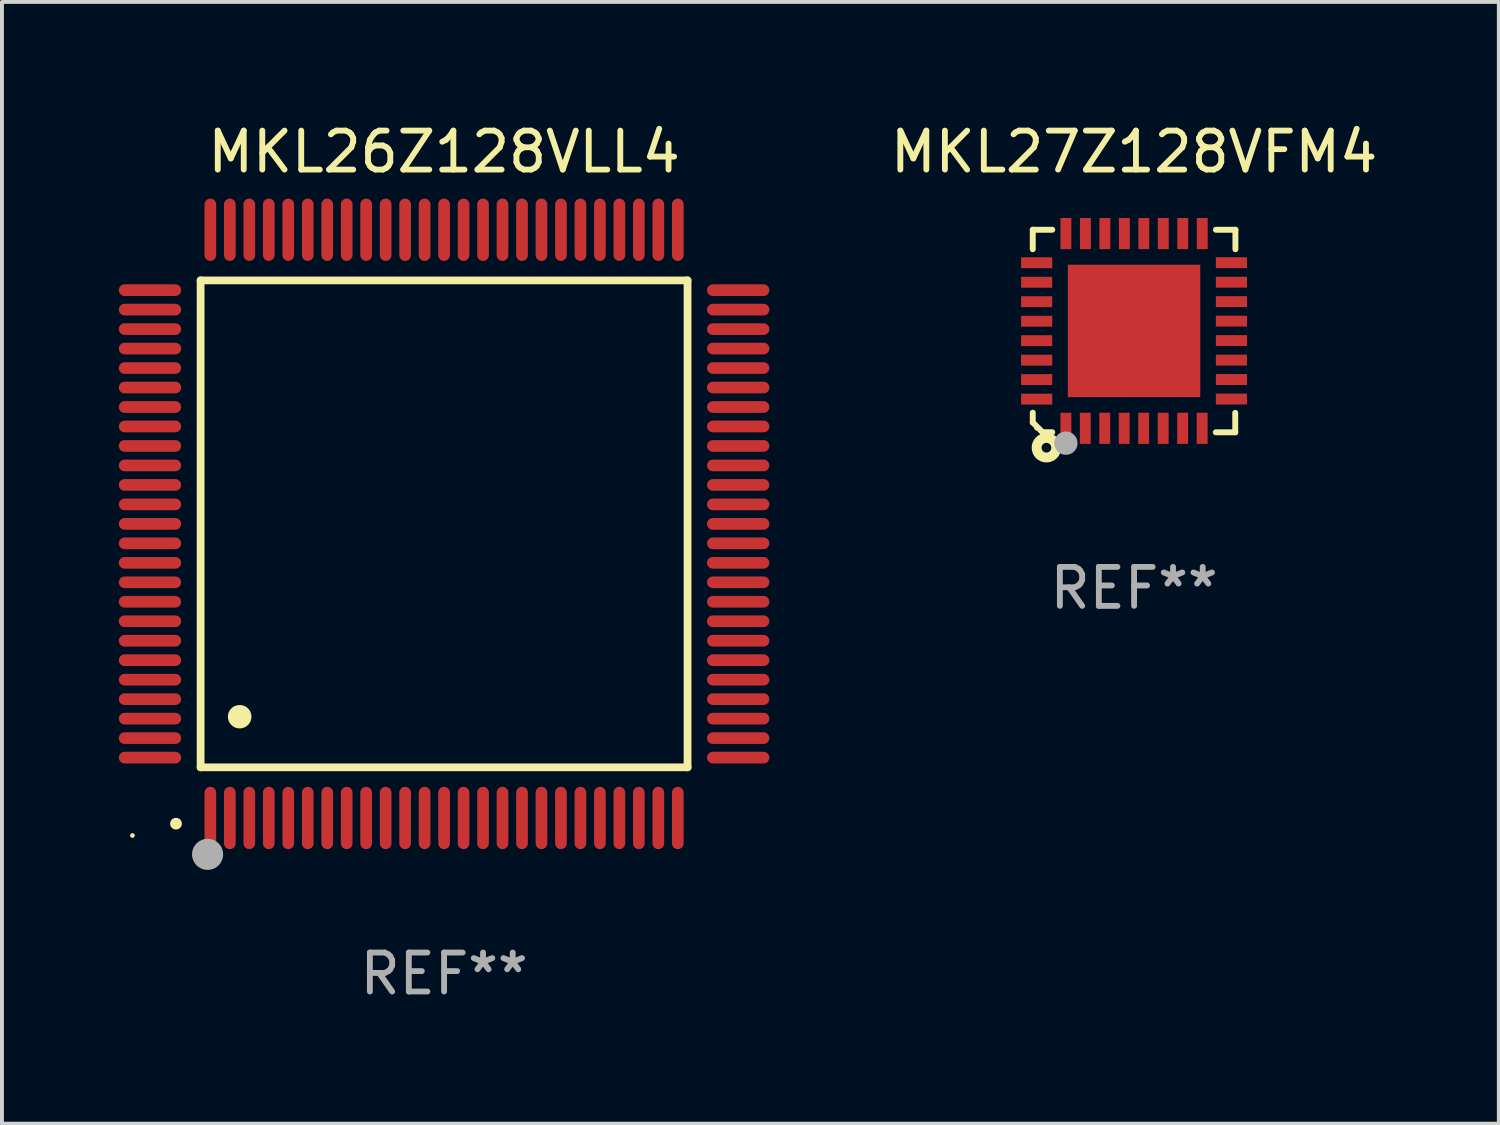
<source format=kicad_pcb>
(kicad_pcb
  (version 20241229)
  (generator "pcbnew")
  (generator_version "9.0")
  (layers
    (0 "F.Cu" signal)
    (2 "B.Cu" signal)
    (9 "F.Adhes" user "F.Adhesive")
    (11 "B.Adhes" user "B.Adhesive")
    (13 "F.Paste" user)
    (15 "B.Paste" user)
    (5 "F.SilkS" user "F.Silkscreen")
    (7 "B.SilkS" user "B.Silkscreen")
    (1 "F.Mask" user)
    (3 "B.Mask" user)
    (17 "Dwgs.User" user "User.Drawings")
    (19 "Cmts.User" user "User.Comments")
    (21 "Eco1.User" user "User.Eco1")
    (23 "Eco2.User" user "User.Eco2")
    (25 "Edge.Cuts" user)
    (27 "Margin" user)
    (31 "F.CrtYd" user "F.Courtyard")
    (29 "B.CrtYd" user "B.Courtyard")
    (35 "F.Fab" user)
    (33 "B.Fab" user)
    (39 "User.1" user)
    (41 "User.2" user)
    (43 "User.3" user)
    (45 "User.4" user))
  (footprint "MKL27Z128VFM4"
    (layer "F.Cu")
    (at 26.063 5.448)
    (property "Reference" "MKL27Z128VFM4" (at 0 -4.6 0) (layer "F.SilkS") (effects (font (size 1 1) (thickness 0.15))))
    (attr through_hole)
    (fp_line (start -2.601 2.097) (end -2.601 2.347) (stroke (width 0.152) (type solid)) (layer "F.SilkS"))
    (fp_line (start -2.601 2.347) (end -2.351 2.597) (stroke (width 0.152) (type solid)) (layer "F.SilkS"))
    (fp_line (start -2.601 -2.6) (end -2.601 -2.1) (stroke (width 0.152) (type solid)) (layer "F.SilkS"))
    (fp_line (start -2.601 -2.6) (end -2.101 -2.6) (stroke (width 0.152) (type solid)) (layer "F.SilkS"))
    (fp_line (start -2.351 2.597) (end -2.101 2.597) (stroke (width 0.152) (type solid)) (layer "F.SilkS"))
    (fp_line (start 2.597 2.6) (end 2.097 2.6) (stroke (width 0.152) (type solid)) (layer "F.SilkS"))
    (fp_line (start 2.597 2.6) (end 2.597 2.1) (stroke (width 0.152) (type solid)) (layer "F.SilkS"))
    (fp_line (start 2.601 -2.6) (end 2.101 -2.6) (stroke (width 0.152) (type solid)) (layer "F.SilkS"))
    (fp_line (start 2.601 -2.6) (end 2.601 -2.1) (stroke (width 0.152) (type solid)) (layer "F.SilkS"))
    (fp_circle (center -2.501 2.497) (end -2.471 2.497) (stroke (width 0.06) (type solid)) (fill no) (layer "F.SilkS"))
    (fp_circle (center -2.25 2.995) (end -2.125 2.995) (stroke (width 0.254) (type solid)) (fill no) (layer "F.SilkS"))
    (fp_circle (center -1.751 2.878) (end -1.601 2.878) (stroke (width 0.3) (type solid)) (fill no) (layer "F.Fab"))
    (fp_text user "REF**" (at 0 6.6 0) (layer "F.Fab") (effects (font (size 1 1) (thickness 0.15))))
    (pad "1" smd rect (at -1.751 2.497) (size 0.28 0.8) (layers "F.Cu" "F.Mask" "F.Paste"))
    (pad "2" smd rect (at -1.253 2.497) (size 0.28 0.8) (layers "F.Cu" "F.Mask" "F.Paste"))
    (pad "3" smd rect (at -0.753 2.497) (size 0.28 0.8) (layers "F.Cu" "F.Mask" "F.Paste"))
    (pad "4" smd rect (at -0.253 2.497) (size 0.28 0.8) (layers "F.Cu" "F.Mask" "F.Paste"))
    (pad "5" smd rect (at 0.247 2.497) (size 0.28 0.8) (layers "F.Cu" "F.Mask" "F.Paste"))
    (pad "6" smd rect (at 0.747 2.497) (size 0.28 0.8) (layers "F.Cu" "F.Mask" "F.Paste"))
    (pad "7" smd rect (at 1.247 2.497) (size 0.28 0.8) (layers "F.Cu" "F.Mask" "F.Paste"))
    (pad "8" smd rect (at 1.747 2.497) (size 0.28 0.8) (layers "F.Cu" "F.Mask" "F.Paste"))
    (pad "9" smd rect (at 2.499 1.746) (size 0.8 0.28) (layers "F.Cu" "F.Mask" "F.Paste"))
    (pad "10" smd rect (at 2.499 1.245) (size 0.8 0.28) (layers "F.Cu" "F.Mask" "F.Paste"))
    (pad "11" smd rect (at 2.499 0.746) (size 0.8 0.28) (layers "F.Cu" "F.Mask" "F.Paste"))
    (pad "12" smd rect (at 2.499 0.245) (size 0.8 0.28) (layers "F.Cu" "F.Mask" "F.Paste"))
    (pad "13" smd rect (at 2.499 -0.254) (size 0.8 0.28) (layers "F.Cu" "F.Mask" "F.Paste"))
    (pad "14" smd rect (at 2.499 -0.755) (size 0.8 0.28) (layers "F.Cu" "F.Mask" "F.Paste"))
    (pad "15" smd rect (at 2.499 -1.254) (size 0.8 0.28) (layers "F.Cu" "F.Mask" "F.Paste"))
    (pad "16" smd rect (at 2.499 -1.755) (size 0.8 0.28) (layers "F.Cu" "F.Mask" "F.Paste"))
    (pad "17" smd rect (at 1.75 -2.502) (size 0.28 0.8) (layers "F.Cu" "F.Mask" "F.Paste"))
    (pad "18" smd rect (at 1.25 -2.502) (size 0.28 0.8) (layers "F.Cu" "F.Mask" "F.Paste"))
    (pad "19" smd rect (at 0.75 -2.502) (size 0.28 0.8) (layers "F.Cu" "F.Mask" "F.Paste"))
    (pad "20" smd rect (at 0.25 -2.502) (size 0.28 0.8) (layers "F.Cu" "F.Mask" "F.Paste"))
    (pad "21" smd rect (at -0.25 -2.502) (size 0.28 0.8) (layers "F.Cu" "F.Mask" "F.Paste"))
    (pad "22" smd rect (at -0.75 -2.502) (size 0.28 0.8) (layers "F.Cu" "F.Mask" "F.Paste"))
    (pad "23" smd rect (at -1.25 -2.502) (size 0.28 0.8) (layers "F.Cu" "F.Mask" "F.Paste"))
    (pad "24" smd rect (at -1.75 -2.502) (size 0.28 0.8) (layers "F.Cu" "F.Mask" "F.Paste"))
    (pad "25" smd rect (at -2.501 -1.753) (size 0.8 0.28) (layers "F.Cu" "F.Mask" "F.Paste"))
    (pad "26" smd rect (at -2.501 -1.252) (size 0.8 0.28) (layers "F.Cu" "F.Mask" "F.Paste"))
    (pad "27" smd rect (at -2.501 -0.753) (size 0.8 0.28) (layers "F.Cu" "F.Mask" "F.Paste"))
    (pad "28" smd rect (at -2.501 -0.252) (size 0.8 0.28) (layers "F.Cu" "F.Mask" "F.Paste"))
    (pad "29" smd rect (at -2.501 0.247) (size 0.8 0.28) (layers "F.Cu" "F.Mask" "F.Paste"))
    (pad "30" smd rect (at -2.501 0.748) (size 0.8 0.28) (layers "F.Cu" "F.Mask" "F.Paste"))
    (pad "31" smd rect (at -2.501 1.247) (size 0.8 0.28) (layers "F.Cu" "F.Mask" "F.Paste"))
    (pad "32" smd rect (at -2.501 1.748) (size 0.8 0.28) (layers "F.Cu" "F.Mask" "F.Paste"))
    (pad "33" smd rect (at -0.001 -0.003 180) (size 3.4 3.4) (layers "F.Cu" "F.Mask" "F.Paste")))
  (footprint "MKL26Z128VLL4"
    (layer "F.Cu")
    (at 8.35 10.398)
    (property "Reference" "MKL26Z128VLL4" (at 0 -9.55 0) (layer "F.SilkS") (effects (font (size 1 1) (thickness 0.15))))
    (attr through_hole)
    (fp_line (start -6.25 -6.25) (end -6.25 6.25) (stroke (width 0.2) (type solid)) (layer "F.SilkS"))
    (fp_line (start -6.25 6.25) (end 6.25 6.25) (stroke (width 0.2) (type solid)) (layer "F.SilkS"))
    (fp_line (start 6.25 -6.25) (end -6.25 -6.25) (stroke (width 0.2) (type solid)) (layer "F.SilkS"))
    (fp_line (start 6.25 6.25) (end 6.25 -6.25) (stroke (width 0.2) (type solid)) (layer "F.SilkS"))
    (fp_arc (start -6.883414 7.696215) (mid -6.882144 7.69621) (end -6.880874 7.696215) (stroke (width 0.3) (type solid)) (layer "F.SilkS"))
    (fp_arc (start -5.250191 4.95047) (mid -5.247651 4.950459) (end -5.245111 4.95047) (stroke (width 0.6) (type solid)) (layer "F.SilkS"))
    (fp_circle (center -8 8) (end -7.97 8) (stroke (width 0.06) (type solid)) (fill no) (layer "F.SilkS"))
    (fp_circle (center -6.071 8.484) (end -5.871 8.484) (stroke (width 0.4) (type solid)) (fill no) (layer "F.Fab"))
    (fp_text user "REF**" (at 0 11.55 0) (layer "F.Fab") (effects (font (size 1 1) (thickness 0.15))))
    (pad "1" smd oval (at -6 7.55) (size 0.3 1.6) (layers "F.Cu" "F.Mask" "F.Paste"))
    (pad "2" smd oval (at -5.5 7.55) (size 0.3 1.6) (layers "F.Cu" "F.Mask" "F.Paste"))
    (pad "3" smd oval (at -5 7.55) (size 0.3 1.6) (layers "F.Cu" "F.Mask" "F.Paste"))
    (pad "4" smd oval (at -4.5 7.55) (size 0.3 1.6) (layers "F.Cu" "F.Mask" "F.Paste"))
    (pad "5" smd oval (at -4 7.55) (size 0.3 1.6) (layers "F.Cu" "F.Mask" "F.Paste"))
    (pad "6" smd oval (at -3.5 7.55) (size 0.3 1.6) (layers "F.Cu" "F.Mask" "F.Paste"))
    (pad "7" smd oval (at -3 7.55) (size 0.3 1.6) (layers "F.Cu" "F.Mask" "F.Paste"))
    (pad "8" smd oval (at -2.5 7.55) (size 0.3 1.6) (layers "F.Cu" "F.Mask" "F.Paste"))
    (pad "9" smd oval (at -2 7.55) (size 0.3 1.6) (layers "F.Cu" "F.Mask" "F.Paste"))
    (pad "10" smd oval (at -1.5 7.55) (size 0.3 1.6) (layers "F.Cu" "F.Mask" "F.Paste"))
    (pad "11" smd oval (at -1 7.55) (size 0.3 1.6) (layers "F.Cu" "F.Mask" "F.Paste"))
    (pad "12" smd oval (at -0.5 7.55) (size 0.3 1.6) (layers "F.Cu" "F.Mask" "F.Paste"))
    (pad "13" smd oval (at 0 7.55) (size 0.3 1.6) (layers "F.Cu" "F.Mask" "F.Paste"))
    (pad "14" smd oval (at 0.5 7.55) (size 0.3 1.6) (layers "F.Cu" "F.Mask" "F.Paste"))
    (pad "15" smd oval (at 1 7.55) (size 0.3 1.6) (layers "F.Cu" "F.Mask" "F.Paste"))
    (pad "16" smd oval (at 1.5 7.55) (size 0.3 1.6) (layers "F.Cu" "F.Mask" "F.Paste"))
    (pad "17" smd oval (at 2 7.55) (size 0.3 1.6) (layers "F.Cu" "F.Mask" "F.Paste"))
    (pad "18" smd oval (at 2.5 7.55) (size 0.3 1.6) (layers "F.Cu" "F.Mask" "F.Paste"))
    (pad "19" smd oval (at 3 7.55) (size 0.3 1.6) (layers "F.Cu" "F.Mask" "F.Paste"))
    (pad "20" smd oval (at 3.5 7.55) (size 0.3 1.6) (layers "F.Cu" "F.Mask" "F.Paste"))
    (pad "21" smd oval (at 4 7.55) (size 0.3 1.6) (layers "F.Cu" "F.Mask" "F.Paste"))
    (pad "22" smd oval (at 4.5 7.55) (size 0.3 1.6) (layers "F.Cu" "F.Mask" "F.Paste"))
    (pad "23" smd oval (at 5 7.55) (size 0.3 1.6) (layers "F.Cu" "F.Mask" "F.Paste"))
    (pad "24" smd oval (at 5.5 7.55) (size 0.3 1.6) (layers "F.Cu" "F.Mask" "F.Paste"))
    (pad "25" smd oval (at 6 7.55) (size 0.3 1.6) (layers "F.Cu" "F.Mask" "F.Paste"))
    (pad "26" smd oval (at 7.55 6) (size 1.6 0.3) (layers "F.Cu" "F.Mask" "F.Paste"))
    (pad "27" smd oval (at 7.55 5.5) (size 1.6 0.3) (layers "F.Cu" "F.Mask" "F.Paste"))
    (pad "28" smd oval (at 7.55 5) (size 1.6 0.3) (layers "F.Cu" "F.Mask" "F.Paste"))
    (pad "29" smd oval (at 7.55 4.5) (size 1.6 0.3) (layers "F.Cu" "F.Mask" "F.Paste"))
    (pad "30" smd oval (at 7.55 4) (size 1.6 0.3) (layers "F.Cu" "F.Mask" "F.Paste"))
    (pad "31" smd oval (at 7.55 3.5) (size 1.6 0.3) (layers "F.Cu" "F.Mask" "F.Paste"))
    (pad "32" smd oval (at 7.55 3) (size 1.6 0.3) (layers "F.Cu" "F.Mask" "F.Paste"))
    (pad "33" smd oval (at 7.55 2.5) (size 1.6 0.3) (layers "F.Cu" "F.Mask" "F.Paste"))
    (pad "34" smd oval (at 7.55 2) (size 1.6 0.3) (layers "F.Cu" "F.Mask" "F.Paste"))
    (pad "35" smd oval (at 7.55 1.5) (size 1.6 0.3) (layers "F.Cu" "F.Mask" "F.Paste"))
    (pad "36" smd oval (at 7.55 1) (size 1.6 0.3) (layers "F.Cu" "F.Mask" "F.Paste"))
    (pad "37" smd oval (at 7.55 0.5) (size 1.6 0.3) (layers "F.Cu" "F.Mask" "F.Paste"))
    (pad "38" smd oval (at 7.55 0) (size 1.6 0.3) (layers "F.Cu" "F.Mask" "F.Paste"))
    (pad "39" smd oval (at 7.55 -0.5) (size 1.6 0.3) (layers "F.Cu" "F.Mask" "F.Paste"))
    (pad "40" smd oval (at 7.55 -1) (size 1.6 0.3) (layers "F.Cu" "F.Mask" "F.Paste"))
    (pad "41" smd oval (at 7.55 -1.5) (size 1.6 0.3) (layers "F.Cu" "F.Mask" "F.Paste"))
    (pad "42" smd oval (at 7.55 -2) (size 1.6 0.3) (layers "F.Cu" "F.Mask" "F.Paste"))
    (pad "43" smd oval (at 7.55 -2.5) (size 1.6 0.3) (layers "F.Cu" "F.Mask" "F.Paste"))
    (pad "44" smd oval (at 7.55 -3) (size 1.6 0.3) (layers "F.Cu" "F.Mask" "F.Paste"))
    (pad "45" smd oval (at 7.55 -3.5) (size 1.6 0.3) (layers "F.Cu" "F.Mask" "F.Paste"))
    (pad "46" smd oval (at 7.55 -4) (size 1.6 0.3) (layers "F.Cu" "F.Mask" "F.Paste"))
    (pad "47" smd oval (at 7.55 -4.5) (size 1.6 0.3) (layers "F.Cu" "F.Mask" "F.Paste"))
    (pad "48" smd oval (at 7.55 -5) (size 1.6 0.3) (layers "F.Cu" "F.Mask" "F.Paste"))
    (pad "49" smd oval (at 7.55 -5.5) (size 1.6 0.3) (layers "F.Cu" "F.Mask" "F.Paste"))
    (pad "50" smd oval (at 7.55 -6) (size 1.6 0.3) (layers "F.Cu" "F.Mask" "F.Paste"))
    (pad "51" smd oval (at 6 -7.55) (size 0.3 1.6) (layers "F.Cu" "F.Mask" "F.Paste"))
    (pad "52" smd oval (at 5.5 -7.55) (size 0.3 1.6) (layers "F.Cu" "F.Mask" "F.Paste"))
    (pad "53" smd oval (at 5 -7.55) (size 0.3 1.6) (layers "F.Cu" "F.Mask" "F.Paste"))
    (pad "54" smd oval (at 4.5 -7.55) (size 0.3 1.6) (layers "F.Cu" "F.Mask" "F.Paste"))
    (pad "55" smd oval (at 4 -7.55) (size 0.3 1.6) (layers "F.Cu" "F.Mask" "F.Paste"))
    (pad "56" smd oval (at 3.5 -7.55) (size 0.3 1.6) (layers "F.Cu" "F.Mask" "F.Paste"))
    (pad "57" smd oval (at 3 -7.55) (size 0.3 1.6) (layers "F.Cu" "F.Mask" "F.Paste"))
    (pad "58" smd oval (at 2.5 -7.55) (size 0.3 1.6) (layers "F.Cu" "F.Mask" "F.Paste"))
    (pad "59" smd oval (at 2 -7.55) (size 0.3 1.6) (layers "F.Cu" "F.Mask" "F.Paste"))
    (pad "60" smd oval (at 1.5 -7.55) (size 0.3 1.6) (layers "F.Cu" "F.Mask" "F.Paste"))
    (pad "61" smd oval (at 1 -7.55) (size 0.3 1.6) (layers "F.Cu" "F.Mask" "F.Paste"))
    (pad "62" smd oval (at 0.5 -7.55) (size 0.3 1.6) (layers "F.Cu" "F.Mask" "F.Paste"))
    (pad "63" smd oval (at 0 -7.55) (size 0.3 1.6) (layers "F.Cu" "F.Mask" "F.Paste"))
    (pad "64" smd oval (at -0.5 -7.55) (size 0.3 1.6) (layers "F.Cu" "F.Mask" "F.Paste"))
    (pad "65" smd oval (at -1 -7.55) (size 0.3 1.6) (layers "F.Cu" "F.Mask" "F.Paste"))
    (pad "66" smd oval (at -1.5 -7.55) (size 0.3 1.6) (layers "F.Cu" "F.Mask" "F.Paste"))
    (pad "67" smd oval (at -2 -7.55) (size 0.3 1.6) (layers "F.Cu" "F.Mask" "F.Paste"))
    (pad "68" smd oval (at -2.5 -7.55) (size 0.3 1.6) (layers "F.Cu" "F.Mask" "F.Paste"))
    (pad "69" smd oval (at -3 -7.55) (size 0.3 1.6) (layers "F.Cu" "F.Mask" "F.Paste"))
    (pad "70" smd oval (at -3.5 -7.55) (size 0.3 1.6) (layers "F.Cu" "F.Mask" "F.Paste"))
    (pad "71" smd oval (at -4 -7.55) (size 0.3 1.6) (layers "F.Cu" "F.Mask" "F.Paste"))
    (pad "72" smd oval (at -4.5 -7.55) (size 0.3 1.6) (layers "F.Cu" "F.Mask" "F.Paste"))
    (pad "73" smd oval (at -5 -7.55) (size 0.3 1.6) (layers "F.Cu" "F.Mask" "F.Paste"))
    (pad "74" smd oval (at -5.5 -7.55) (size 0.3 1.6) (layers "F.Cu" "F.Mask" "F.Paste"))
    (pad "75" smd oval (at -6 -7.55) (size 0.3 1.6) (layers "F.Cu" "F.Mask" "F.Paste"))
    (pad "76" smd oval (at -7.55 -6) (size 1.6 0.3) (layers "F.Cu" "F.Mask" "F.Paste"))
    (pad "77" smd oval (at -7.55 -5.5) (size 1.6 0.3) (layers "F.Cu" "F.Mask" "F.Paste"))
    (pad "78" smd oval (at -7.55 -5) (size 1.6 0.3) (layers "F.Cu" "F.Mask" "F.Paste"))
    (pad "79" smd oval (at -7.55 -4.5) (size 1.6 0.3) (layers "F.Cu" "F.Mask" "F.Paste"))
    (pad "80" smd oval (at -7.55 -4) (size 1.6 0.3) (layers "F.Cu" "F.Mask" "F.Paste"))
    (pad "81" smd oval (at -7.55 -3.5) (size 1.6 0.3) (layers "F.Cu" "F.Mask" "F.Paste"))
    (pad "82" smd oval (at -7.55 -3) (size 1.6 0.3) (layers "F.Cu" "F.Mask" "F.Paste"))
    (pad "83" smd oval (at -7.55 -2.5) (size 1.6 0.3) (layers "F.Cu" "F.Mask" "F.Paste"))
    (pad "84" smd oval (at -7.55 -2) (size 1.6 0.3) (layers "F.Cu" "F.Mask" "F.Paste"))
    (pad "85" smd oval (at -7.55 -1.5) (size 1.6 0.3) (layers "F.Cu" "F.Mask" "F.Paste"))
    (pad "86" smd oval (at -7.55 -1) (size 1.6 0.3) (layers "F.Cu" "F.Mask" "F.Paste"))
    (pad "87" smd oval (at -7.55 -0.5) (size 1.6 0.3) (layers "F.Cu" "F.Mask" "F.Paste"))
    (pad "88" smd oval (at -7.55 0) (size 1.6 0.3) (layers "F.Cu" "F.Mask" "F.Paste"))
    (pad "89" smd oval (at -7.55 0.5) (size 1.6 0.3) (layers "F.Cu" "F.Mask" "F.Paste"))
    (pad "90" smd oval (at -7.55 1) (size 1.6 0.3) (layers "F.Cu" "F.Mask" "F.Paste"))
    (pad "91" smd oval (at -7.55 1.5) (size 1.6 0.3) (layers "F.Cu" "F.Mask" "F.Paste"))
    (pad "92" smd oval (at -7.55 2) (size 1.6 0.3) (layers "F.Cu" "F.Mask" "F.Paste"))
    (pad "93" smd oval (at -7.55 2.5) (size 1.6 0.3) (layers "F.Cu" "F.Mask" "F.Paste"))
    (pad "94" smd oval (at -7.55 3) (size 1.6 0.3) (layers "F.Cu" "F.Mask" "F.Paste"))
    (pad "95" smd oval (at -7.55 3.5) (size 1.6 0.3) (layers "F.Cu" "F.Mask" "F.Paste"))
    (pad "96" smd oval (at -7.55 4) (size 1.6 0.3) (layers "F.Cu" "F.Mask" "F.Paste"))
    (pad "97" smd oval (at -7.55 4.5) (size 1.6 0.3) (layers "F.Cu" "F.Mask" "F.Paste"))
    (pad "98" smd oval (at -7.55 5) (size 1.6 0.3) (layers "F.Cu" "F.Mask" "F.Paste"))
    (pad "99" smd oval (at -7.55 5.5) (size 1.6 0.3) (layers "F.Cu" "F.Mask" "F.Paste"))
    (pad "100" smd oval (at -7.55 6) (size 1.6 0.3) (layers "F.Cu" "F.Mask" "F.Paste")))
  (gr_rect
    (start -3 -3)
    (end 35.426 25.796)
    (stroke (width 0.1) (type default))
    (fill no)
    (layer "Edge.Cuts")))
</source>
